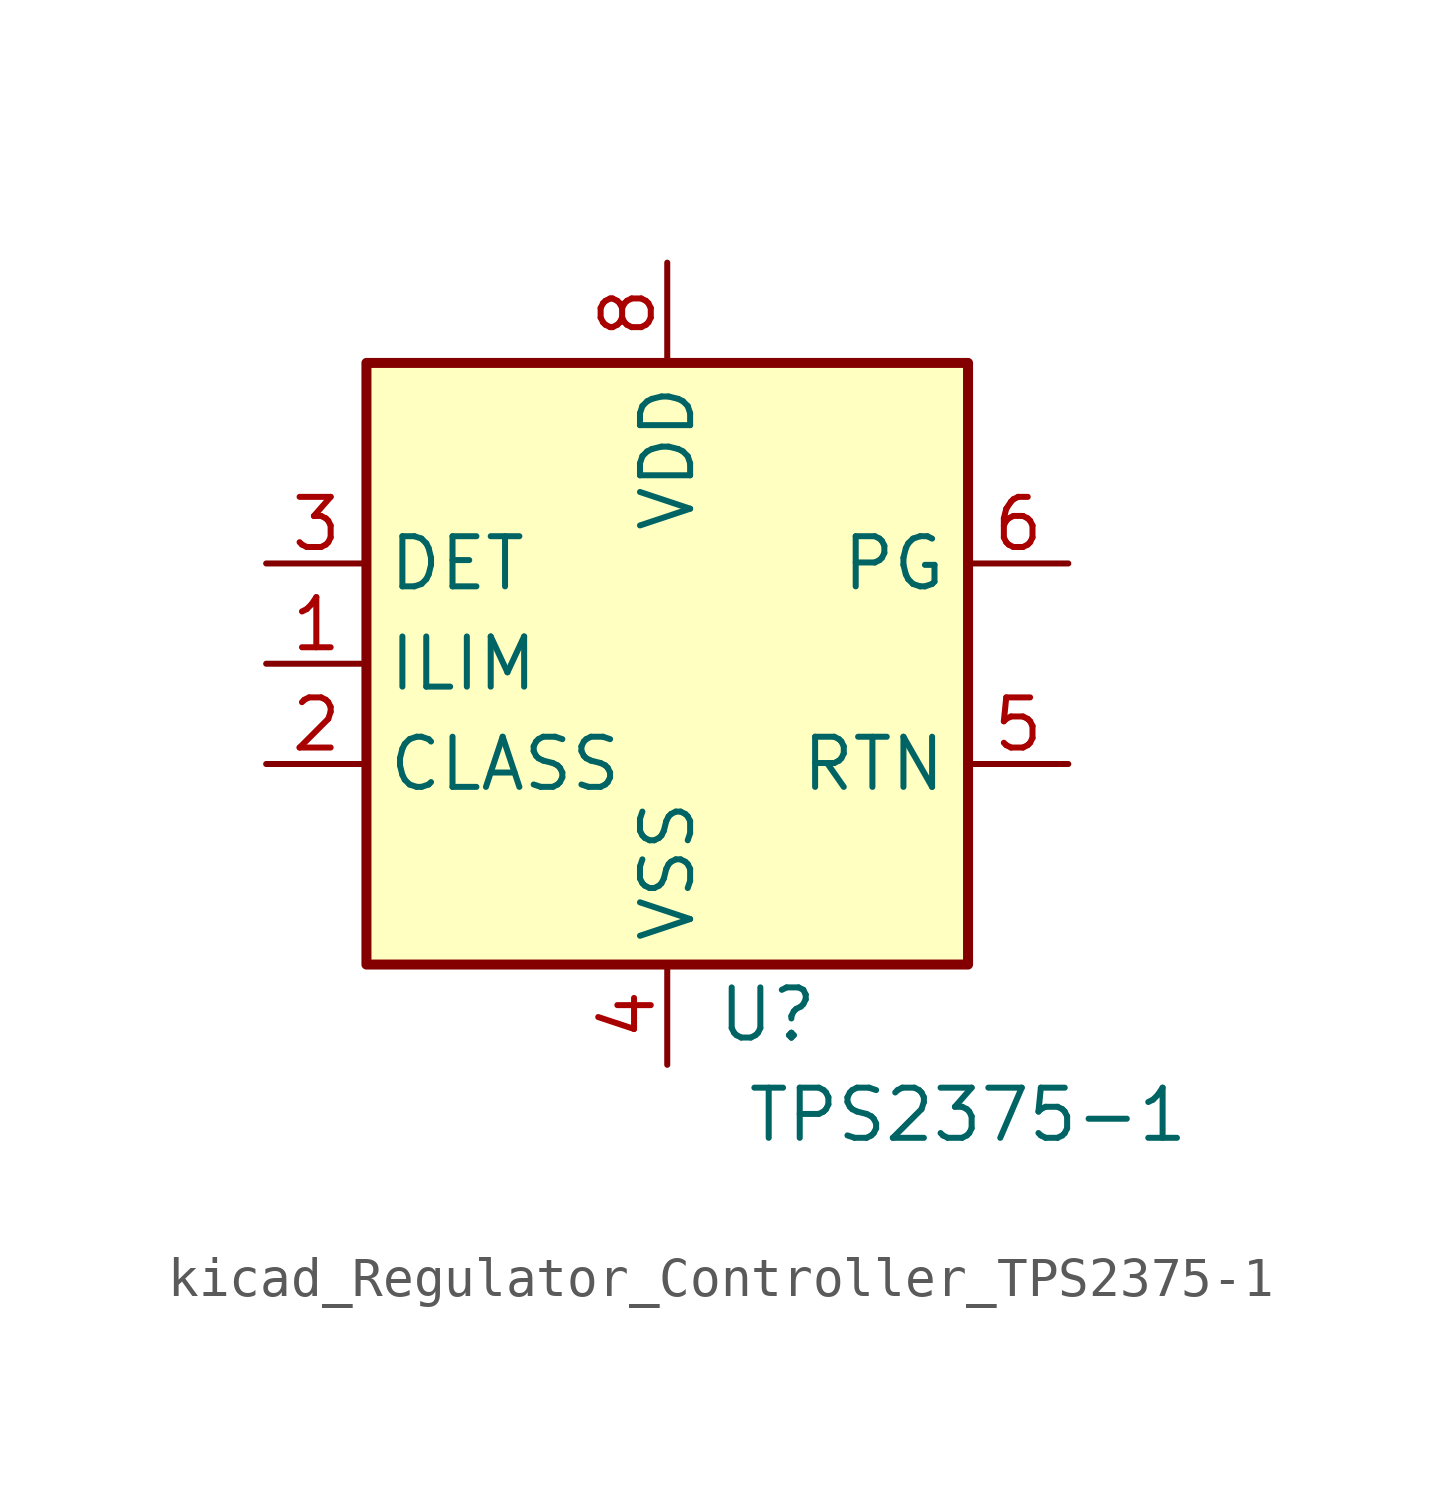
<source format=kicad_sym>
(kicad_symbol_lib
  (version 20220914)
  (generator kicad_symbol_editor)
  (symbol "kicad_Regulator_Controller_TPS2375-1"
    (property "Reference" "U"
      (at 2.54 -8.89 0)
      (effects (font (size 1.27 1.27))))
    (property "Value" "TPS2375-1"
      (at 7.62 -11.43 0)
      (effects (font (size 1.27 1.27))))
    (symbol "kicad_Regulator_Controller_TPS2375-1_0_1"
      (rectangle (start -7.62 7.62) (end 7.62 -7.62) (stroke (width 0.254) (type default)) (fill (type background))))
    (symbol "kicad_Regulator_Controller_TPS2375-1_1_1"
      (pin passive line (at -10.16 0 0) (length 2.54) (name "ILIM" (effects (font (size 1.27 1.27)))) (number "1" (effects (font (size 1.27 1.27)))))
      (pin passive line (at -10.16 -2.54 0) (length 2.54) (name "CLASS" (effects (font (size 1.27 1.27)))) (number "2" (effects (font (size 1.27 1.27)))))
      (pin passive line (at -10.16 2.54 0) (length 2.54) (name "DET" (effects (font (size 1.27 1.27)))) (number "3" (effects (font (size 1.27 1.27)))))
      (pin power_in line (at 0 -10.16 90) (length 2.54) (name "VSS" (effects (font (size 1.27 1.27)))) (number "4" (effects (font (size 1.27 1.27)))))
      (pin power_out line (at 10.16 -2.54 180) (length 2.54) (name "RTN" (effects (font (size 1.27 1.27)))) (number "5" (effects (font (size 1.27 1.27)))))
      (pin open_collector line (at 10.16 2.54 180) (length 2.54) (name "PG" (effects (font (size 1.27 1.27)))) (number "6" (effects (font (size 1.27 1.27)))))
      (pin no_connect line (at 7.62 0 180) (length 2.54) hide (name "NC" (effects (font (size 1.27 1.27)))) (number "7" (effects (font (size 1.27 1.27)))))
      (pin power_in line (at 0 10.16 270) (length 2.54) (name "VDD" (effects (font (size 1.27 1.27)))) (number "8" (effects (font (size 1.27 1.27))))))))
</source>
